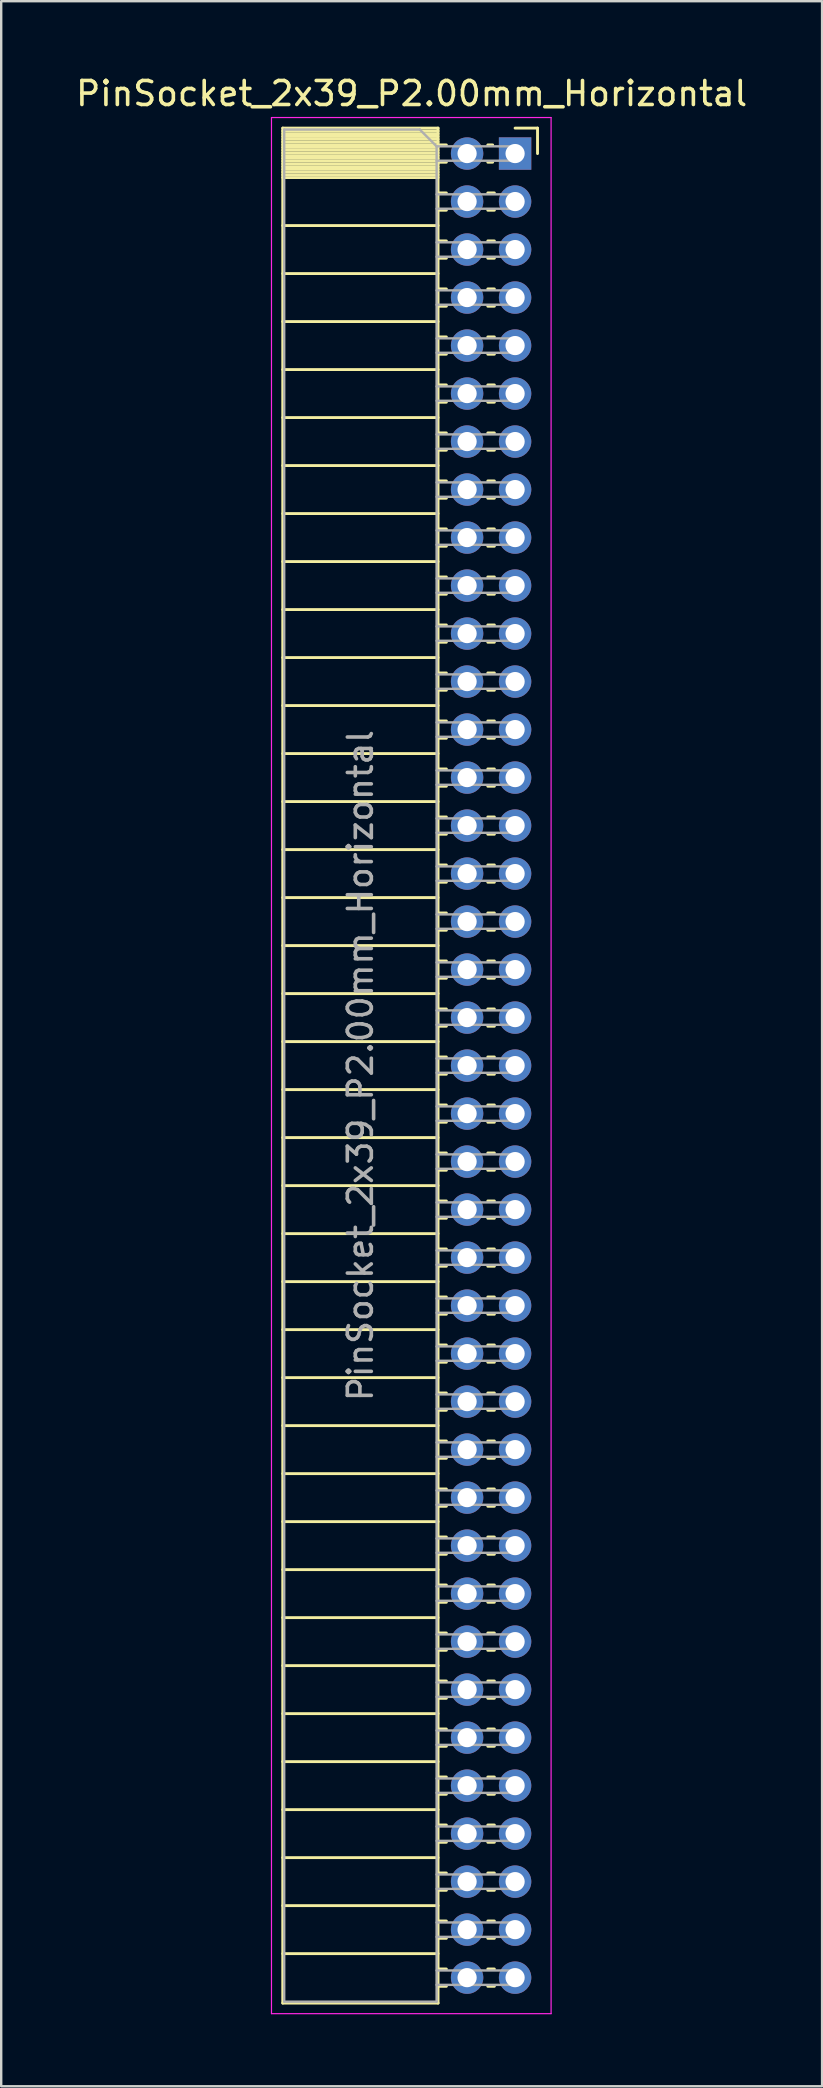
<source format=kicad_pcb>
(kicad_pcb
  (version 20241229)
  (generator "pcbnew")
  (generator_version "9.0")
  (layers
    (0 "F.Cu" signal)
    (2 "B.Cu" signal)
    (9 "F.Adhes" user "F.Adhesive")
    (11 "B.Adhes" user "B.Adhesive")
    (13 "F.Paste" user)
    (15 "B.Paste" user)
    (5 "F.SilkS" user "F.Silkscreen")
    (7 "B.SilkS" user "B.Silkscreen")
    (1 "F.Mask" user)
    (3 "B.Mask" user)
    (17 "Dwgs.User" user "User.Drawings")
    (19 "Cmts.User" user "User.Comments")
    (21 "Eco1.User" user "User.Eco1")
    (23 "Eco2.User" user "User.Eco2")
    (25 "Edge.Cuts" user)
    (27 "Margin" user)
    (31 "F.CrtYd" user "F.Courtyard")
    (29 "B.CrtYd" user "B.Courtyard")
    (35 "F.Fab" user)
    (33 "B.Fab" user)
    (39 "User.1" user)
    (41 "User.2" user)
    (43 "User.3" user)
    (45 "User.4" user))
  (footprint "PinSocket_2x39_P2.00mm_Horizontal"
    (layer "F.Cu")
    (at 18.411 3.348)
    (property "Reference" "PinSocket_2x39_P2.00mm_Horizontal" (at -4.31 -2.5 0) (layer "F.SilkS") (effects (font (size 1 1) (thickness 0.15))))
    (attr through_hole)
    (fp_line (start -9.68 -1.06) (end -9.68 77.06) (stroke (width 0.12) (type solid)) (layer "F.SilkS"))
    (fp_line (start -9.68 -1.06) (end -3.21 -1.06) (stroke (width 0.12) (type solid)) (layer "F.SilkS"))
    (fp_line (start -9.68 -0.94) (end -3.21 -0.94) (stroke (width 0.12) (type solid)) (layer "F.SilkS"))
    (fp_line (start -9.68 -0.826) (end -3.21 -0.826) (stroke (width 0.12) (type solid)) (layer "F.SilkS"))
    (fp_line (start -9.68 -0.712) (end -3.21 -0.712) (stroke (width 0.12) (type solid)) (layer "F.SilkS"))
    (fp_line (start -9.68 -0.598) (end -3.21 -0.598) (stroke (width 0.12) (type solid)) (layer "F.SilkS"))
    (fp_line (start -9.68 -0.484) (end -3.21 -0.484) (stroke (width 0.12) (type solid)) (layer "F.SilkS"))
    (fp_line (start -9.68 -0.369) (end -3.21 -0.369) (stroke (width 0.12) (type solid)) (layer "F.SilkS"))
    (fp_line (start -9.68 -0.255) (end -3.21 -0.255) (stroke (width 0.12) (type solid)) (layer "F.SilkS"))
    (fp_line (start -9.68 -0.141) (end -3.21 -0.141) (stroke (width 0.12) (type solid)) (layer "F.SilkS"))
    (fp_line (start -9.68 -0.027) (end -3.21 -0.027) (stroke (width 0.12) (type solid)) (layer "F.SilkS"))
    (fp_line (start -9.68 0.087) (end -3.21 0.087) (stroke (width 0.12) (type solid)) (layer "F.SilkS"))
    (fp_line (start -9.68 0.201) (end -3.21 0.201) (stroke (width 0.12) (type solid)) (layer "F.SilkS"))
    (fp_line (start -9.68 0.315) (end -3.21 0.315) (stroke (width 0.12) (type solid)) (layer "F.SilkS"))
    (fp_line (start -9.68 0.429) (end -3.21 0.429) (stroke (width 0.12) (type solid)) (layer "F.SilkS"))
    (fp_line (start -9.68 0.544) (end -3.21 0.544) (stroke (width 0.12) (type solid)) (layer "F.SilkS"))
    (fp_line (start -9.68 0.658) (end -3.21 0.658) (stroke (width 0.12) (type solid)) (layer "F.SilkS"))
    (fp_line (start -9.68 0.772) (end -3.21 0.772) (stroke (width 0.12) (type solid)) (layer "F.SilkS"))
    (fp_line (start -9.68 0.886) (end -3.21 0.886) (stroke (width 0.12) (type solid)) (layer "F.SilkS"))
    (fp_line (start -9.68 1) (end -3.21 1) (stroke (width 0.12) (type solid)) (layer "F.SilkS"))
    (fp_line (start -9.68 3) (end -3.21 3) (stroke (width 0.12) (type solid)) (layer "F.SilkS"))
    (fp_line (start -9.68 5) (end -3.21 5) (stroke (width 0.12) (type solid)) (layer "F.SilkS"))
    (fp_line (start -9.68 7) (end -3.21 7) (stroke (width 0.12) (type solid)) (layer "F.SilkS"))
    (fp_line (start -9.68 9) (end -3.21 9) (stroke (width 0.12) (type solid)) (layer "F.SilkS"))
    (fp_line (start -9.68 11) (end -3.21 11) (stroke (width 0.12) (type solid)) (layer "F.SilkS"))
    (fp_line (start -9.68 13) (end -3.21 13) (stroke (width 0.12) (type solid)) (layer "F.SilkS"))
    (fp_line (start -9.68 15) (end -3.21 15) (stroke (width 0.12) (type solid)) (layer "F.SilkS"))
    (fp_line (start -9.68 17) (end -3.21 17) (stroke (width 0.12) (type solid)) (layer "F.SilkS"))
    (fp_line (start -9.68 19) (end -3.21 19) (stroke (width 0.12) (type solid)) (layer "F.SilkS"))
    (fp_line (start -9.68 21) (end -3.21 21) (stroke (width 0.12) (type solid)) (layer "F.SilkS"))
    (fp_line (start -9.68 23) (end -3.21 23) (stroke (width 0.12) (type solid)) (layer "F.SilkS"))
    (fp_line (start -9.68 25) (end -3.21 25) (stroke (width 0.12) (type solid)) (layer "F.SilkS"))
    (fp_line (start -9.68 27) (end -3.21 27) (stroke (width 0.12) (type solid)) (layer "F.SilkS"))
    (fp_line (start -9.68 29) (end -3.21 29) (stroke (width 0.12) (type solid)) (layer "F.SilkS"))
    (fp_line (start -9.68 31) (end -3.21 31) (stroke (width 0.12) (type solid)) (layer "F.SilkS"))
    (fp_line (start -9.68 33) (end -3.21 33) (stroke (width 0.12) (type solid)) (layer "F.SilkS"))
    (fp_line (start -9.68 35) (end -3.21 35) (stroke (width 0.12) (type solid)) (layer "F.SilkS"))
    (fp_line (start -9.68 37) (end -3.21 37) (stroke (width 0.12) (type solid)) (layer "F.SilkS"))
    (fp_line (start -9.68 39) (end -3.21 39) (stroke (width 0.12) (type solid)) (layer "F.SilkS"))
    (fp_line (start -9.68 41) (end -3.21 41) (stroke (width 0.12) (type solid)) (layer "F.SilkS"))
    (fp_line (start -9.68 43) (end -3.21 43) (stroke (width 0.12) (type solid)) (layer "F.SilkS"))
    (fp_line (start -9.68 45) (end -3.21 45) (stroke (width 0.12) (type solid)) (layer "F.SilkS"))
    (fp_line (start -9.68 47) (end -3.21 47) (stroke (width 0.12) (type solid)) (layer "F.SilkS"))
    (fp_line (start -9.68 49) (end -3.21 49) (stroke (width 0.12) (type solid)) (layer "F.SilkS"))
    (fp_line (start -9.68 51) (end -3.21 51) (stroke (width 0.12) (type solid)) (layer "F.SilkS"))
    (fp_line (start -9.68 53) (end -3.21 53) (stroke (width 0.12) (type solid)) (layer "F.SilkS"))
    (fp_line (start -9.68 55) (end -3.21 55) (stroke (width 0.12) (type solid)) (layer "F.SilkS"))
    (fp_line (start -9.68 57) (end -3.21 57) (stroke (width 0.12) (type solid)) (layer "F.SilkS"))
    (fp_line (start -9.68 59) (end -3.21 59) (stroke (width 0.12) (type solid)) (layer "F.SilkS"))
    (fp_line (start -9.68 61) (end -3.21 61) (stroke (width 0.12) (type solid)) (layer "F.SilkS"))
    (fp_line (start -9.68 63) (end -3.21 63) (stroke (width 0.12) (type solid)) (layer "F.SilkS"))
    (fp_line (start -9.68 65) (end -3.21 65) (stroke (width 0.12) (type solid)) (layer "F.SilkS"))
    (fp_line (start -9.68 67) (end -3.21 67) (stroke (width 0.12) (type solid)) (layer "F.SilkS"))
    (fp_line (start -9.68 69) (end -3.21 69) (stroke (width 0.12) (type solid)) (layer "F.SilkS"))
    (fp_line (start -9.68 71) (end -3.21 71) (stroke (width 0.12) (type solid)) (layer "F.SilkS"))
    (fp_line (start -9.68 73) (end -3.21 73) (stroke (width 0.12) (type solid)) (layer "F.SilkS"))
    (fp_line (start -9.68 75) (end -3.21 75) (stroke (width 0.12) (type solid)) (layer "F.SilkS"))
    (fp_line (start -9.68 77.06) (end -3.21 77.06) (stroke (width 0.12) (type solid)) (layer "F.SilkS"))
    (fp_line (start -3.21 -1.06) (end -3.21 77.06) (stroke (width 0.12) (type solid)) (layer "F.SilkS"))
    (fp_line (start -3.21 -0.36) (end -2.863 -0.36) (stroke (width 0.12) (type solid)) (layer "F.SilkS"))
    (fp_line (start -3.21 0.36) (end -2.863 0.36) (stroke (width 0.12) (type solid)) (layer "F.SilkS"))
    (fp_line (start -3.21 1.64) (end -2.863 1.64) (stroke (width 0.12) (type solid)) (layer "F.SilkS"))
    (fp_line (start -3.21 2.36) (end -2.863 2.36) (stroke (width 0.12) (type solid)) (layer "F.SilkS"))
    (fp_line (start -3.21 3.64) (end -2.863 3.64) (stroke (width 0.12) (type solid)) (layer "F.SilkS"))
    (fp_line (start -3.21 4.36) (end -2.863 4.36) (stroke (width 0.12) (type solid)) (layer "F.SilkS"))
    (fp_line (start -3.21 5.64) (end -2.863 5.64) (stroke (width 0.12) (type solid)) (layer "F.SilkS"))
    (fp_line (start -3.21 6.36) (end -2.863 6.36) (stroke (width 0.12) (type solid)) (layer "F.SilkS"))
    (fp_line (start -3.21 7.64) (end -2.863 7.64) (stroke (width 0.12) (type solid)) (layer "F.SilkS"))
    (fp_line (start -3.21 8.36) (end -2.863 8.36) (stroke (width 0.12) (type solid)) (layer "F.SilkS"))
    (fp_line (start -3.21 9.64) (end -2.863 9.64) (stroke (width 0.12) (type solid)) (layer "F.SilkS"))
    (fp_line (start -3.21 10.36) (end -2.863 10.36) (stroke (width 0.12) (type solid)) (layer "F.SilkS"))
    (fp_line (start -3.21 11.64) (end -2.863 11.64) (stroke (width 0.12) (type solid)) (layer "F.SilkS"))
    (fp_line (start -3.21 12.36) (end -2.863 12.36) (stroke (width 0.12) (type solid)) (layer "F.SilkS"))
    (fp_line (start -3.21 13.64) (end -2.863 13.64) (stroke (width 0.12) (type solid)) (layer "F.SilkS"))
    (fp_line (start -3.21 14.36) (end -2.863 14.36) (stroke (width 0.12) (type solid)) (layer "F.SilkS"))
    (fp_line (start -3.21 15.64) (end -2.863 15.64) (stroke (width 0.12) (type solid)) (layer "F.SilkS"))
    (fp_line (start -3.21 16.36) (end -2.863 16.36) (stroke (width 0.12) (type solid)) (layer "F.SilkS"))
    (fp_line (start -3.21 17.64) (end -2.863 17.64) (stroke (width 0.12) (type solid)) (layer "F.SilkS"))
    (fp_line (start -3.21 18.36) (end -2.863 18.36) (stroke (width 0.12) (type solid)) (layer "F.SilkS"))
    (fp_line (start -3.21 19.64) (end -2.863 19.64) (stroke (width 0.12) (type solid)) (layer "F.SilkS"))
    (fp_line (start -3.21 20.36) (end -2.863 20.36) (stroke (width 0.12) (type solid)) (layer "F.SilkS"))
    (fp_line (start -3.21 21.64) (end -2.863 21.64) (stroke (width 0.12) (type solid)) (layer "F.SilkS"))
    (fp_line (start -3.21 22.36) (end -2.863 22.36) (stroke (width 0.12) (type solid)) (layer "F.SilkS"))
    (fp_line (start -3.21 23.64) (end -2.863 23.64) (stroke (width 0.12) (type solid)) (layer "F.SilkS"))
    (fp_line (start -3.21 24.36) (end -2.863 24.36) (stroke (width 0.12) (type solid)) (layer "F.SilkS"))
    (fp_line (start -3.21 25.64) (end -2.863 25.64) (stroke (width 0.12) (type solid)) (layer "F.SilkS"))
    (fp_line (start -3.21 26.36) (end -2.863 26.36) (stroke (width 0.12) (type solid)) (layer "F.SilkS"))
    (fp_line (start -3.21 27.64) (end -2.863 27.64) (stroke (width 0.12) (type solid)) (layer "F.SilkS"))
    (fp_line (start -3.21 28.36) (end -2.863 28.36) (stroke (width 0.12) (type solid)) (layer "F.SilkS"))
    (fp_line (start -3.21 29.64) (end -2.863 29.64) (stroke (width 0.12) (type solid)) (layer "F.SilkS"))
    (fp_line (start -3.21 30.36) (end -2.863 30.36) (stroke (width 0.12) (type solid)) (layer "F.SilkS"))
    (fp_line (start -3.21 31.64) (end -2.863 31.64) (stroke (width 0.12) (type solid)) (layer "F.SilkS"))
    (fp_line (start -3.21 32.36) (end -2.863 32.36) (stroke (width 0.12) (type solid)) (layer "F.SilkS"))
    (fp_line (start -3.21 33.64) (end -2.863 33.64) (stroke (width 0.12) (type solid)) (layer "F.SilkS"))
    (fp_line (start -3.21 34.36) (end -2.863 34.36) (stroke (width 0.12) (type solid)) (layer "F.SilkS"))
    (fp_line (start -3.21 35.64) (end -2.863 35.64) (stroke (width 0.12) (type solid)) (layer "F.SilkS"))
    (fp_line (start -3.21 36.36) (end -2.863 36.36) (stroke (width 0.12) (type solid)) (layer "F.SilkS"))
    (fp_line (start -3.21 37.64) (end -2.863 37.64) (stroke (width 0.12) (type solid)) (layer "F.SilkS"))
    (fp_line (start -3.21 38.36) (end -2.863 38.36) (stroke (width 0.12) (type solid)) (layer "F.SilkS"))
    (fp_line (start -3.21 39.64) (end -2.863 39.64) (stroke (width 0.12) (type solid)) (layer "F.SilkS"))
    (fp_line (start -3.21 40.36) (end -2.863 40.36) (stroke (width 0.12) (type solid)) (layer "F.SilkS"))
    (fp_line (start -3.21 41.64) (end -2.863 41.64) (stroke (width 0.12) (type solid)) (layer "F.SilkS"))
    (fp_line (start -3.21 42.36) (end -2.863 42.36) (stroke (width 0.12) (type solid)) (layer "F.SilkS"))
    (fp_line (start -3.21 43.64) (end -2.863 43.64) (stroke (width 0.12) (type solid)) (layer "F.SilkS"))
    (fp_line (start -3.21 44.36) (end -2.863 44.36) (stroke (width 0.12) (type solid)) (layer "F.SilkS"))
    (fp_line (start -3.21 45.64) (end -2.863 45.64) (stroke (width 0.12) (type solid)) (layer "F.SilkS"))
    (fp_line (start -3.21 46.36) (end -2.863 46.36) (stroke (width 0.12) (type solid)) (layer "F.SilkS"))
    (fp_line (start -3.21 47.64) (end -2.863 47.64) (stroke (width 0.12) (type solid)) (layer "F.SilkS"))
    (fp_line (start -3.21 48.36) (end -2.863 48.36) (stroke (width 0.12) (type solid)) (layer "F.SilkS"))
    (fp_line (start -3.21 49.64) (end -2.863 49.64) (stroke (width 0.12) (type solid)) (layer "F.SilkS"))
    (fp_line (start -3.21 50.36) (end -2.863 50.36) (stroke (width 0.12) (type solid)) (layer "F.SilkS"))
    (fp_line (start -3.21 51.64) (end -2.863 51.64) (stroke (width 0.12) (type solid)) (layer "F.SilkS"))
    (fp_line (start -3.21 52.36) (end -2.863 52.36) (stroke (width 0.12) (type solid)) (layer "F.SilkS"))
    (fp_line (start -3.21 53.64) (end -2.863 53.64) (stroke (width 0.12) (type solid)) (layer "F.SilkS"))
    (fp_line (start -3.21 54.36) (end -2.863 54.36) (stroke (width 0.12) (type solid)) (layer "F.SilkS"))
    (fp_line (start -3.21 55.64) (end -2.863 55.64) (stroke (width 0.12) (type solid)) (layer "F.SilkS"))
    (fp_line (start -3.21 56.36) (end -2.863 56.36) (stroke (width 0.12) (type solid)) (layer "F.SilkS"))
    (fp_line (start -3.21 57.64) (end -2.863 57.64) (stroke (width 0.12) (type solid)) (layer "F.SilkS"))
    (fp_line (start -3.21 58.36) (end -2.863 58.36) (stroke (width 0.12) (type solid)) (layer "F.SilkS"))
    (fp_line (start -3.21 59.64) (end -2.863 59.64) (stroke (width 0.12) (type solid)) (layer "F.SilkS"))
    (fp_line (start -3.21 60.36) (end -2.863 60.36) (stroke (width 0.12) (type solid)) (layer "F.SilkS"))
    (fp_line (start -3.21 61.64) (end -2.863 61.64) (stroke (width 0.12) (type solid)) (layer "F.SilkS"))
    (fp_line (start -3.21 62.36) (end -2.863 62.36) (stroke (width 0.12) (type solid)) (layer "F.SilkS"))
    (fp_line (start -3.21 63.64) (end -2.863 63.64) (stroke (width 0.12) (type solid)) (layer "F.SilkS"))
    (fp_line (start -3.21 64.36) (end -2.863 64.36) (stroke (width 0.12) (type solid)) (layer "F.SilkS"))
    (fp_line (start -3.21 65.64) (end -2.863 65.64) (stroke (width 0.12) (type solid)) (layer "F.SilkS"))
    (fp_line (start -3.21 66.36) (end -2.863 66.36) (stroke (width 0.12) (type solid)) (layer "F.SilkS"))
    (fp_line (start -3.21 67.64) (end -2.863 67.64) (stroke (width 0.12) (type solid)) (layer "F.SilkS"))
    (fp_line (start -3.21 68.36) (end -2.863 68.36) (stroke (width 0.12) (type solid)) (layer "F.SilkS"))
    (fp_line (start -3.21 69.64) (end -2.863 69.64) (stroke (width 0.12) (type solid)) (layer "F.SilkS"))
    (fp_line (start -3.21 70.36) (end -2.863 70.36) (stroke (width 0.12) (type solid)) (layer "F.SilkS"))
    (fp_line (start -3.21 71.64) (end -2.863 71.64) (stroke (width 0.12) (type solid)) (layer "F.SilkS"))
    (fp_line (start -3.21 72.36) (end -2.863 72.36) (stroke (width 0.12) (type solid)) (layer "F.SilkS"))
    (fp_line (start -3.21 73.64) (end -2.863 73.64) (stroke (width 0.12) (type solid)) (layer "F.SilkS"))
    (fp_line (start -3.21 74.36) (end -2.863 74.36) (stroke (width 0.12) (type solid)) (layer "F.SilkS"))
    (fp_line (start -3.21 75.64) (end -2.863 75.64) (stroke (width 0.12) (type solid)) (layer "F.SilkS"))
    (fp_line (start -3.21 76.36) (end -2.863 76.36) (stroke (width 0.12) (type solid)) (layer "F.SilkS"))
    (fp_line (start -1.137 -0.36) (end -0.935 -0.36) (stroke (width 0.12) (type solid)) (layer "F.SilkS"))
    (fp_line (start -1.137 0.36) (end -0.935 0.36) (stroke (width 0.12) (type solid)) (layer "F.SilkS"))
    (fp_line (start -1.137 1.64) (end -0.863 1.64) (stroke (width 0.12) (type solid)) (layer "F.SilkS"))
    (fp_line (start -1.137 2.36) (end -0.863 2.36) (stroke (width 0.12) (type solid)) (layer "F.SilkS"))
    (fp_line (start -1.137 3.64) (end -0.863 3.64) (stroke (width 0.12) (type solid)) (layer "F.SilkS"))
    (fp_line (start -1.137 4.36) (end -0.863 4.36) (stroke (width 0.12) (type solid)) (layer "F.SilkS"))
    (fp_line (start -1.137 5.64) (end -0.863 5.64) (stroke (width 0.12) (type solid)) (layer "F.SilkS"))
    (fp_line (start -1.137 6.36) (end -0.863 6.36) (stroke (width 0.12) (type solid)) (layer "F.SilkS"))
    (fp_line (start -1.137 7.64) (end -0.863 7.64) (stroke (width 0.12) (type solid)) (layer "F.SilkS"))
    (fp_line (start -1.137 8.36) (end -0.863 8.36) (stroke (width 0.12) (type solid)) (layer "F.SilkS"))
    (fp_line (start -1.137 9.64) (end -0.863 9.64) (stroke (width 0.12) (type solid)) (layer "F.SilkS"))
    (fp_line (start -1.137 10.36) (end -0.863 10.36) (stroke (width 0.12) (type solid)) (layer "F.SilkS"))
    (fp_line (start -1.137 11.64) (end -0.863 11.64) (stroke (width 0.12) (type solid)) (layer "F.SilkS"))
    (fp_line (start -1.137 12.36) (end -0.863 12.36) (stroke (width 0.12) (type solid)) (layer "F.SilkS"))
    (fp_line (start -1.137 13.64) (end -0.863 13.64) (stroke (width 0.12) (type solid)) (layer "F.SilkS"))
    (fp_line (start -1.137 14.36) (end -0.863 14.36) (stroke (width 0.12) (type solid)) (layer "F.SilkS"))
    (fp_line (start -1.137 15.64) (end -0.863 15.64) (stroke (width 0.12) (type solid)) (layer "F.SilkS"))
    (fp_line (start -1.137 16.36) (end -0.863 16.36) (stroke (width 0.12) (type solid)) (layer "F.SilkS"))
    (fp_line (start -1.137 17.64) (end -0.863 17.64) (stroke (width 0.12) (type solid)) (layer "F.SilkS"))
    (fp_line (start -1.137 18.36) (end -0.863 18.36) (stroke (width 0.12) (type solid)) (layer "F.SilkS"))
    (fp_line (start -1.137 19.64) (end -0.863 19.64) (stroke (width 0.12) (type solid)) (layer "F.SilkS"))
    (fp_line (start -1.137 20.36) (end -0.863 20.36) (stroke (width 0.12) (type solid)) (layer "F.SilkS"))
    (fp_line (start -1.137 21.64) (end -0.863 21.64) (stroke (width 0.12) (type solid)) (layer "F.SilkS"))
    (fp_line (start -1.137 22.36) (end -0.863 22.36) (stroke (width 0.12) (type solid)) (layer "F.SilkS"))
    (fp_line (start -1.137 23.64) (end -0.863 23.64) (stroke (width 0.12) (type solid)) (layer "F.SilkS"))
    (fp_line (start -1.137 24.36) (end -0.863 24.36) (stroke (width 0.12) (type solid)) (layer "F.SilkS"))
    (fp_line (start -1.137 25.64) (end -0.863 25.64) (stroke (width 0.12) (type solid)) (layer "F.SilkS"))
    (fp_line (start -1.137 26.36) (end -0.863 26.36) (stroke (width 0.12) (type solid)) (layer "F.SilkS"))
    (fp_line (start -1.137 27.64) (end -0.863 27.64) (stroke (width 0.12) (type solid)) (layer "F.SilkS"))
    (fp_line (start -1.137 28.36) (end -0.863 28.36) (stroke (width 0.12) (type solid)) (layer "F.SilkS"))
    (fp_line (start -1.137 29.64) (end -0.863 29.64) (stroke (width 0.12) (type solid)) (layer "F.SilkS"))
    (fp_line (start -1.137 30.36) (end -0.863 30.36) (stroke (width 0.12) (type solid)) (layer "F.SilkS"))
    (fp_line (start -1.137 31.64) (end -0.863 31.64) (stroke (width 0.12) (type solid)) (layer "F.SilkS"))
    (fp_line (start -1.137 32.36) (end -0.863 32.36) (stroke (width 0.12) (type solid)) (layer "F.SilkS"))
    (fp_line (start -1.137 33.64) (end -0.863 33.64) (stroke (width 0.12) (type solid)) (layer "F.SilkS"))
    (fp_line (start -1.137 34.36) (end -0.863 34.36) (stroke (width 0.12) (type solid)) (layer "F.SilkS"))
    (fp_line (start -1.137 35.64) (end -0.863 35.64) (stroke (width 0.12) (type solid)) (layer "F.SilkS"))
    (fp_line (start -1.137 36.36) (end -0.863 36.36) (stroke (width 0.12) (type solid)) (layer "F.SilkS"))
    (fp_line (start -1.137 37.64) (end -0.863 37.64) (stroke (width 0.12) (type solid)) (layer "F.SilkS"))
    (fp_line (start -1.137 38.36) (end -0.863 38.36) (stroke (width 0.12) (type solid)) (layer "F.SilkS"))
    (fp_line (start -1.137 39.64) (end -0.863 39.64) (stroke (width 0.12) (type solid)) (layer "F.SilkS"))
    (fp_line (start -1.137 40.36) (end -0.863 40.36) (stroke (width 0.12) (type solid)) (layer "F.SilkS"))
    (fp_line (start -1.137 41.64) (end -0.863 41.64) (stroke (width 0.12) (type solid)) (layer "F.SilkS"))
    (fp_line (start -1.137 42.36) (end -0.863 42.36) (stroke (width 0.12) (type solid)) (layer "F.SilkS"))
    (fp_line (start -1.137 43.64) (end -0.863 43.64) (stroke (width 0.12) (type solid)) (layer "F.SilkS"))
    (fp_line (start -1.137 44.36) (end -0.863 44.36) (stroke (width 0.12) (type solid)) (layer "F.SilkS"))
    (fp_line (start -1.137 45.64) (end -0.863 45.64) (stroke (width 0.12) (type solid)) (layer "F.SilkS"))
    (fp_line (start -1.137 46.36) (end -0.863 46.36) (stroke (width 0.12) (type solid)) (layer "F.SilkS"))
    (fp_line (start -1.137 47.64) (end -0.863 47.64) (stroke (width 0.12) (type solid)) (layer "F.SilkS"))
    (fp_line (start -1.137 48.36) (end -0.863 48.36) (stroke (width 0.12) (type solid)) (layer "F.SilkS"))
    (fp_line (start -1.137 49.64) (end -0.863 49.64) (stroke (width 0.12) (type solid)) (layer "F.SilkS"))
    (fp_line (start -1.137 50.36) (end -0.863 50.36) (stroke (width 0.12) (type solid)) (layer "F.SilkS"))
    (fp_line (start -1.137 51.64) (end -0.863 51.64) (stroke (width 0.12) (type solid)) (layer "F.SilkS"))
    (fp_line (start -1.137 52.36) (end -0.863 52.36) (stroke (width 0.12) (type solid)) (layer "F.SilkS"))
    (fp_line (start -1.137 53.64) (end -0.863 53.64) (stroke (width 0.12) (type solid)) (layer "F.SilkS"))
    (fp_line (start -1.137 54.36) (end -0.863 54.36) (stroke (width 0.12) (type solid)) (layer "F.SilkS"))
    (fp_line (start -1.137 55.64) (end -0.863 55.64) (stroke (width 0.12) (type solid)) (layer "F.SilkS"))
    (fp_line (start -1.137 56.36) (end -0.863 56.36) (stroke (width 0.12) (type solid)) (layer "F.SilkS"))
    (fp_line (start -1.137 57.64) (end -0.863 57.64) (stroke (width 0.12) (type solid)) (layer "F.SilkS"))
    (fp_line (start -1.137 58.36) (end -0.863 58.36) (stroke (width 0.12) (type solid)) (layer "F.SilkS"))
    (fp_line (start -1.137 59.64) (end -0.863 59.64) (stroke (width 0.12) (type solid)) (layer "F.SilkS"))
    (fp_line (start -1.137 60.36) (end -0.863 60.36) (stroke (width 0.12) (type solid)) (layer "F.SilkS"))
    (fp_line (start -1.137 61.64) (end -0.863 61.64) (stroke (width 0.12) (type solid)) (layer "F.SilkS"))
    (fp_line (start -1.137 62.36) (end -0.863 62.36) (stroke (width 0.12) (type solid)) (layer "F.SilkS"))
    (fp_line (start -1.137 63.64) (end -0.863 63.64) (stroke (width 0.12) (type solid)) (layer "F.SilkS"))
    (fp_line (start -1.137 64.36) (end -0.863 64.36) (stroke (width 0.12) (type solid)) (layer "F.SilkS"))
    (fp_line (start -1.137 65.64) (end -0.863 65.64) (stroke (width 0.12) (type solid)) (layer "F.SilkS"))
    (fp_line (start -1.137 66.36) (end -0.863 66.36) (stroke (width 0.12) (type solid)) (layer "F.SilkS"))
    (fp_line (start -1.137 67.64) (end -0.863 67.64) (stroke (width 0.12) (type solid)) (layer "F.SilkS"))
    (fp_line (start -1.137 68.36) (end -0.863 68.36) (stroke (width 0.12) (type solid)) (layer "F.SilkS"))
    (fp_line (start -1.137 69.64) (end -0.863 69.64) (stroke (width 0.12) (type solid)) (layer "F.SilkS"))
    (fp_line (start -1.137 70.36) (end -0.863 70.36) (stroke (width 0.12) (type solid)) (layer "F.SilkS"))
    (fp_line (start -1.137 71.64) (end -0.863 71.64) (stroke (width 0.12) (type solid)) (layer "F.SilkS"))
    (fp_line (start -1.137 72.36) (end -0.863 72.36) (stroke (width 0.12) (type solid)) (layer "F.SilkS"))
    (fp_line (start -1.137 73.64) (end -0.863 73.64) (stroke (width 0.12) (type solid)) (layer "F.SilkS"))
    (fp_line (start -1.137 74.36) (end -0.863 74.36) (stroke (width 0.12) (type solid)) (layer "F.SilkS"))
    (fp_line (start -1.137 75.64) (end -0.863 75.64) (stroke (width 0.12) (type solid)) (layer "F.SilkS"))
    (fp_line (start -1.137 76.36) (end -0.863 76.36) (stroke (width 0.12) (type solid)) (layer "F.SilkS"))
    (fp_line (start 0 -1.06) (end 0.935 -1.06) (stroke (width 0.12) (type solid)) (layer "F.SilkS"))
    (fp_line (start 0.935 -1.06) (end 0.935 0) (stroke (width 0.12) (type solid)) (layer "F.SilkS"))
    (fp_line (start -10.15 -1.5) (end -10.15 77.5) (stroke (width 0.05) (type solid)) (layer "F.CrtYd"))
    (fp_line (start -10.15 77.5) (end 1.5 77.5) (stroke (width 0.05) (type solid)) (layer "F.CrtYd"))
    (fp_line (start 1.5 -1.5) (end -10.15 -1.5) (stroke (width 0.05) (type solid)) (layer "F.CrtYd"))
    (fp_line (start 1.5 77.5) (end 1.5 -1.5) (stroke (width 0.05) (type solid)) (layer "F.CrtYd"))
    (fp_line (start -9.62 -1) (end -3.97 -1) (stroke (width 0.1) (type solid)) (layer "F.Fab"))
    (fp_line (start -9.62 77) (end -9.62 -1) (stroke (width 0.1) (type solid)) (layer "F.Fab"))
    (fp_line (start -3.97 -1) (end -3.27 -0.3) (stroke (width 0.1) (type solid)) (layer "F.Fab"))
    (fp_line (start -3.27 -0.3) (end -3.27 77) (stroke (width 0.1) (type solid)) (layer "F.Fab"))
    (fp_line (start -3.27 0.3) (end 0 0.3) (stroke (width 0.1) (type solid)) (layer "F.Fab"))
    (fp_line (start -3.27 2.3) (end 0 2.3) (stroke (width 0.1) (type solid)) (layer "F.Fab"))
    (fp_line (start -3.27 4.3) (end 0 4.3) (stroke (width 0.1) (type solid)) (layer "F.Fab"))
    (fp_line (start -3.27 6.3) (end 0 6.3) (stroke (width 0.1) (type solid)) (layer "F.Fab"))
    (fp_line (start -3.27 8.3) (end 0 8.3) (stroke (width 0.1) (type solid)) (layer "F.Fab"))
    (fp_line (start -3.27 10.3) (end 0 10.3) (stroke (width 0.1) (type solid)) (layer "F.Fab"))
    (fp_line (start -3.27 12.3) (end 0 12.3) (stroke (width 0.1) (type solid)) (layer "F.Fab"))
    (fp_line (start -3.27 14.3) (end 0 14.3) (stroke (width 0.1) (type solid)) (layer "F.Fab"))
    (fp_line (start -3.27 16.3) (end 0 16.3) (stroke (width 0.1) (type solid)) (layer "F.Fab"))
    (fp_line (start -3.27 18.3) (end 0 18.3) (stroke (width 0.1) (type solid)) (layer "F.Fab"))
    (fp_line (start -3.27 20.3) (end 0 20.3) (stroke (width 0.1) (type solid)) (layer "F.Fab"))
    (fp_line (start -3.27 22.3) (end 0 22.3) (stroke (width 0.1) (type solid)) (layer "F.Fab"))
    (fp_line (start -3.27 24.3) (end 0 24.3) (stroke (width 0.1) (type solid)) (layer "F.Fab"))
    (fp_line (start -3.27 26.3) (end 0 26.3) (stroke (width 0.1) (type solid)) (layer "F.Fab"))
    (fp_line (start -3.27 28.3) (end 0 28.3) (stroke (width 0.1) (type solid)) (layer "F.Fab"))
    (fp_line (start -3.27 30.3) (end 0 30.3) (stroke (width 0.1) (type solid)) (layer "F.Fab"))
    (fp_line (start -3.27 32.3) (end 0 32.3) (stroke (width 0.1) (type solid)) (layer "F.Fab"))
    (fp_line (start -3.27 34.3) (end 0 34.3) (stroke (width 0.1) (type solid)) (layer "F.Fab"))
    (fp_line (start -3.27 36.3) (end 0 36.3) (stroke (width 0.1) (type solid)) (layer "F.Fab"))
    (fp_line (start -3.27 38.3) (end 0 38.3) (stroke (width 0.1) (type solid)) (layer "F.Fab"))
    (fp_line (start -3.27 40.3) (end 0 40.3) (stroke (width 0.1) (type solid)) (layer "F.Fab"))
    (fp_line (start -3.27 42.3) (end 0 42.3) (stroke (width 0.1) (type solid)) (layer "F.Fab"))
    (fp_line (start -3.27 44.3) (end 0 44.3) (stroke (width 0.1) (type solid)) (layer "F.Fab"))
    (fp_line (start -3.27 46.3) (end 0 46.3) (stroke (width 0.1) (type solid)) (layer "F.Fab"))
    (fp_line (start -3.27 48.3) (end 0 48.3) (stroke (width 0.1) (type solid)) (layer "F.Fab"))
    (fp_line (start -3.27 50.3) (end 0 50.3) (stroke (width 0.1) (type solid)) (layer "F.Fab"))
    (fp_line (start -3.27 52.3) (end 0 52.3) (stroke (width 0.1) (type solid)) (layer "F.Fab"))
    (fp_line (start -3.27 54.3) (end 0 54.3) (stroke (width 0.1) (type solid)) (layer "F.Fab"))
    (fp_line (start -3.27 56.3) (end 0 56.3) (stroke (width 0.1) (type solid)) (layer "F.Fab"))
    (fp_line (start -3.27 58.3) (end 0 58.3) (stroke (width 0.1) (type solid)) (layer "F.Fab"))
    (fp_line (start -3.27 60.3) (end 0 60.3) (stroke (width 0.1) (type solid)) (layer "F.Fab"))
    (fp_line (start -3.27 62.3) (end 0 62.3) (stroke (width 0.1) (type solid)) (layer "F.Fab"))
    (fp_line (start -3.27 64.3) (end 0 64.3) (stroke (width 0.1) (type solid)) (layer "F.Fab"))
    (fp_line (start -3.27 66.3) (end 0 66.3) (stroke (width 0.1) (type solid)) (layer "F.Fab"))
    (fp_line (start -3.27 68.3) (end 0 68.3) (stroke (width 0.1) (type solid)) (layer "F.Fab"))
    (fp_line (start -3.27 70.3) (end 0 70.3) (stroke (width 0.1) (type solid)) (layer "F.Fab"))
    (fp_line (start -3.27 72.3) (end 0 72.3) (stroke (width 0.1) (type solid)) (layer "F.Fab"))
    (fp_line (start -3.27 74.3) (end 0 74.3) (stroke (width 0.1) (type solid)) (layer "F.Fab"))
    (fp_line (start -3.27 76.3) (end 0 76.3) (stroke (width 0.1) (type solid)) (layer "F.Fab"))
    (fp_line (start -3.27 77) (end -9.62 77) (stroke (width 0.1) (type solid)) (layer "F.Fab"))
    (fp_line (start 0 -0.3) (end -3.27 -0.3) (stroke (width 0.1) (type solid)) (layer "F.Fab"))
    (fp_line (start 0 0.3) (end 0 -0.3) (stroke (width 0.1) (type solid)) (layer "F.Fab"))
    (fp_line (start 0 1.7) (end -3.27 1.7) (stroke (width 0.1) (type solid)) (layer "F.Fab"))
    (fp_line (start 0 2.3) (end 0 1.7) (stroke (width 0.1) (type solid)) (layer "F.Fab"))
    (fp_line (start 0 3.7) (end -3.27 3.7) (stroke (width 0.1) (type solid)) (layer "F.Fab"))
    (fp_line (start 0 4.3) (end 0 3.7) (stroke (width 0.1) (type solid)) (layer "F.Fab"))
    (fp_line (start 0 5.7) (end -3.27 5.7) (stroke (width 0.1) (type solid)) (layer "F.Fab"))
    (fp_line (start 0 6.3) (end 0 5.7) (stroke (width 0.1) (type solid)) (layer "F.Fab"))
    (fp_line (start 0 7.7) (end -3.27 7.7) (stroke (width 0.1) (type solid)) (layer "F.Fab"))
    (fp_line (start 0 8.3) (end 0 7.7) (stroke (width 0.1) (type solid)) (layer "F.Fab"))
    (fp_line (start 0 9.7) (end -3.27 9.7) (stroke (width 0.1) (type solid)) (layer "F.Fab"))
    (fp_line (start 0 10.3) (end 0 9.7) (stroke (width 0.1) (type solid)) (layer "F.Fab"))
    (fp_line (start 0 11.7) (end -3.27 11.7) (stroke (width 0.1) (type solid)) (layer "F.Fab"))
    (fp_line (start 0 12.3) (end 0 11.7) (stroke (width 0.1) (type solid)) (layer "F.Fab"))
    (fp_line (start 0 13.7) (end -3.27 13.7) (stroke (width 0.1) (type solid)) (layer "F.Fab"))
    (fp_line (start 0 14.3) (end 0 13.7) (stroke (width 0.1) (type solid)) (layer "F.Fab"))
    (fp_line (start 0 15.7) (end -3.27 15.7) (stroke (width 0.1) (type solid)) (layer "F.Fab"))
    (fp_line (start 0 16.3) (end 0 15.7) (stroke (width 0.1) (type solid)) (layer "F.Fab"))
    (fp_line (start 0 17.7) (end -3.27 17.7) (stroke (width 0.1) (type solid)) (layer "F.Fab"))
    (fp_line (start 0 18.3) (end 0 17.7) (stroke (width 0.1) (type solid)) (layer "F.Fab"))
    (fp_line (start 0 19.7) (end -3.27 19.7) (stroke (width 0.1) (type solid)) (layer "F.Fab"))
    (fp_line (start 0 20.3) (end 0 19.7) (stroke (width 0.1) (type solid)) (layer "F.Fab"))
    (fp_line (start 0 21.7) (end -3.27 21.7) (stroke (width 0.1) (type solid)) (layer "F.Fab"))
    (fp_line (start 0 22.3) (end 0 21.7) (stroke (width 0.1) (type solid)) (layer "F.Fab"))
    (fp_line (start 0 23.7) (end -3.27 23.7) (stroke (width 0.1) (type solid)) (layer "F.Fab"))
    (fp_line (start 0 24.3) (end 0 23.7) (stroke (width 0.1) (type solid)) (layer "F.Fab"))
    (fp_line (start 0 25.7) (end -3.27 25.7) (stroke (width 0.1) (type solid)) (layer "F.Fab"))
    (fp_line (start 0 26.3) (end 0 25.7) (stroke (width 0.1) (type solid)) (layer "F.Fab"))
    (fp_line (start 0 27.7) (end -3.27 27.7) (stroke (width 0.1) (type solid)) (layer "F.Fab"))
    (fp_line (start 0 28.3) (end 0 27.7) (stroke (width 0.1) (type solid)) (layer "F.Fab"))
    (fp_line (start 0 29.7) (end -3.27 29.7) (stroke (width 0.1) (type solid)) (layer "F.Fab"))
    (fp_line (start 0 30.3) (end 0 29.7) (stroke (width 0.1) (type solid)) (layer "F.Fab"))
    (fp_line (start 0 31.7) (end -3.27 31.7) (stroke (width 0.1) (type solid)) (layer "F.Fab"))
    (fp_line (start 0 32.3) (end 0 31.7) (stroke (width 0.1) (type solid)) (layer "F.Fab"))
    (fp_line (start 0 33.7) (end -3.27 33.7) (stroke (width 0.1) (type solid)) (layer "F.Fab"))
    (fp_line (start 0 34.3) (end 0 33.7) (stroke (width 0.1) (type solid)) (layer "F.Fab"))
    (fp_line (start 0 35.7) (end -3.27 35.7) (stroke (width 0.1) (type solid)) (layer "F.Fab"))
    (fp_line (start 0 36.3) (end 0 35.7) (stroke (width 0.1) (type solid)) (layer "F.Fab"))
    (fp_line (start 0 37.7) (end -3.27 37.7) (stroke (width 0.1) (type solid)) (layer "F.Fab"))
    (fp_line (start 0 38.3) (end 0 37.7) (stroke (width 0.1) (type solid)) (layer "F.Fab"))
    (fp_line (start 0 39.7) (end -3.27 39.7) (stroke (width 0.1) (type solid)) (layer "F.Fab"))
    (fp_line (start 0 40.3) (end 0 39.7) (stroke (width 0.1) (type solid)) (layer "F.Fab"))
    (fp_line (start 0 41.7) (end -3.27 41.7) (stroke (width 0.1) (type solid)) (layer "F.Fab"))
    (fp_line (start 0 42.3) (end 0 41.7) (stroke (width 0.1) (type solid)) (layer "F.Fab"))
    (fp_line (start 0 43.7) (end -3.27 43.7) (stroke (width 0.1) (type solid)) (layer "F.Fab"))
    (fp_line (start 0 44.3) (end 0 43.7) (stroke (width 0.1) (type solid)) (layer "F.Fab"))
    (fp_line (start 0 45.7) (end -3.27 45.7) (stroke (width 0.1) (type solid)) (layer "F.Fab"))
    (fp_line (start 0 46.3) (end 0 45.7) (stroke (width 0.1) (type solid)) (layer "F.Fab"))
    (fp_line (start 0 47.7) (end -3.27 47.7) (stroke (width 0.1) (type solid)) (layer "F.Fab"))
    (fp_line (start 0 48.3) (end 0 47.7) (stroke (width 0.1) (type solid)) (layer "F.Fab"))
    (fp_line (start 0 49.7) (end -3.27 49.7) (stroke (width 0.1) (type solid)) (layer "F.Fab"))
    (fp_line (start 0 50.3) (end 0 49.7) (stroke (width 0.1) (type solid)) (layer "F.Fab"))
    (fp_line (start 0 51.7) (end -3.27 51.7) (stroke (width 0.1) (type solid)) (layer "F.Fab"))
    (fp_line (start 0 52.3) (end 0 51.7) (stroke (width 0.1) (type solid)) (layer "F.Fab"))
    (fp_line (start 0 53.7) (end -3.27 53.7) (stroke (width 0.1) (type solid)) (layer "F.Fab"))
    (fp_line (start 0 54.3) (end 0 53.7) (stroke (width 0.1) (type solid)) (layer "F.Fab"))
    (fp_line (start 0 55.7) (end -3.27 55.7) (stroke (width 0.1) (type solid)) (layer "F.Fab"))
    (fp_line (start 0 56.3) (end 0 55.7) (stroke (width 0.1) (type solid)) (layer "F.Fab"))
    (fp_line (start 0 57.7) (end -3.27 57.7) (stroke (width 0.1) (type solid)) (layer "F.Fab"))
    (fp_line (start 0 58.3) (end 0 57.7) (stroke (width 0.1) (type solid)) (layer "F.Fab"))
    (fp_line (start 0 59.7) (end -3.27 59.7) (stroke (width 0.1) (type solid)) (layer "F.Fab"))
    (fp_line (start 0 60.3) (end 0 59.7) (stroke (width 0.1) (type solid)) (layer "F.Fab"))
    (fp_line (start 0 61.7) (end -3.27 61.7) (stroke (width 0.1) (type solid)) (layer "F.Fab"))
    (fp_line (start 0 62.3) (end 0 61.7) (stroke (width 0.1) (type solid)) (layer "F.Fab"))
    (fp_line (start 0 63.7) (end -3.27 63.7) (stroke (width 0.1) (type solid)) (layer "F.Fab"))
    (fp_line (start 0 64.3) (end 0 63.7) (stroke (width 0.1) (type solid)) (layer "F.Fab"))
    (fp_line (start 0 65.7) (end -3.27 65.7) (stroke (width 0.1) (type solid)) (layer "F.Fab"))
    (fp_line (start 0 66.3) (end 0 65.7) (stroke (width 0.1) (type solid)) (layer "F.Fab"))
    (fp_line (start 0 67.7) (end -3.27 67.7) (stroke (width 0.1) (type solid)) (layer "F.Fab"))
    (fp_line (start 0 68.3) (end 0 67.7) (stroke (width 0.1) (type solid)) (layer "F.Fab"))
    (fp_line (start 0 69.7) (end -3.27 69.7) (stroke (width 0.1) (type solid)) (layer "F.Fab"))
    (fp_line (start 0 70.3) (end 0 69.7) (stroke (width 0.1) (type solid)) (layer "F.Fab"))
    (fp_line (start 0 71.7) (end -3.27 71.7) (stroke (width 0.1) (type solid)) (layer "F.Fab"))
    (fp_line (start 0 72.3) (end 0 71.7) (stroke (width 0.1) (type solid)) (layer "F.Fab"))
    (fp_line (start 0 73.7) (end -3.27 73.7) (stroke (width 0.1) (type solid)) (layer "F.Fab"))
    (fp_line (start 0 74.3) (end 0 73.7) (stroke (width 0.1) (type solid)) (layer "F.Fab"))
    (fp_line (start 0 75.7) (end -3.27 75.7) (stroke (width 0.1) (type solid)) (layer "F.Fab"))
    (fp_line (start 0 76.3) (end 0 75.7) (stroke (width 0.1) (type solid)) (layer "F.Fab"))
    (fp_text user "${REFERENCE}" (at -6.445 38 90) (layer "F.Fab") (effects (font (size 1 1) (thickness 0.15))))
    (pad "1" thru_hole rect (at 0 0) (size 1.35 1.35) (drill 0.8) (layers "*.Cu" "*.Mask"))
    (pad "2" thru_hole circle (at -2 0) (size 1.35 1.35) (drill 0.8) (layers "*.Cu" "*.Mask"))
    (pad "3" thru_hole circle (at 0 2) (size 1.35 1.35) (drill 0.8) (layers "*.Cu" "*.Mask"))
    (pad "4" thru_hole circle (at -2 2) (size 1.35 1.35) (drill 0.8) (layers "*.Cu" "*.Mask"))
    (pad "5" thru_hole circle (at 0 4) (size 1.35 1.35) (drill 0.8) (layers "*.Cu" "*.Mask"))
    (pad "6" thru_hole circle (at -2 4) (size 1.35 1.35) (drill 0.8) (layers "*.Cu" "*.Mask"))
    (pad "7" thru_hole circle (at 0 6) (size 1.35 1.35) (drill 0.8) (layers "*.Cu" "*.Mask"))
    (pad "8" thru_hole circle (at -2 6) (size 1.35 1.35) (drill 0.8) (layers "*.Cu" "*.Mask"))
    (pad "9" thru_hole circle (at 0 8) (size 1.35 1.35) (drill 0.8) (layers "*.Cu" "*.Mask"))
    (pad "10" thru_hole circle (at -2 8) (size 1.35 1.35) (drill 0.8) (layers "*.Cu" "*.Mask"))
    (pad "11" thru_hole circle (at 0 10) (size 1.35 1.35) (drill 0.8) (layers "*.Cu" "*.Mask"))
    (pad "12" thru_hole circle (at -2 10) (size 1.35 1.35) (drill 0.8) (layers "*.Cu" "*.Mask"))
    (pad "13" thru_hole circle (at 0 12) (size 1.35 1.35) (drill 0.8) (layers "*.Cu" "*.Mask"))
    (pad "14" thru_hole circle (at -2 12) (size 1.35 1.35) (drill 0.8) (layers "*.Cu" "*.Mask"))
    (pad "15" thru_hole circle (at 0 14) (size 1.35 1.35) (drill 0.8) (layers "*.Cu" "*.Mask"))
    (pad "16" thru_hole circle (at -2 14) (size 1.35 1.35) (drill 0.8) (layers "*.Cu" "*.Mask"))
    (pad "17" thru_hole circle (at 0 16) (size 1.35 1.35) (drill 0.8) (layers "*.Cu" "*.Mask"))
    (pad "18" thru_hole circle (at -2 16) (size 1.35 1.35) (drill 0.8) (layers "*.Cu" "*.Mask"))
    (pad "19" thru_hole circle (at 0 18) (size 1.35 1.35) (drill 0.8) (layers "*.Cu" "*.Mask"))
    (pad "20" thru_hole circle (at -2 18) (size 1.35 1.35) (drill 0.8) (layers "*.Cu" "*.Mask"))
    (pad "21" thru_hole circle (at 0 20) (size 1.35 1.35) (drill 0.8) (layers "*.Cu" "*.Mask"))
    (pad "22" thru_hole circle (at -2 20) (size 1.35 1.35) (drill 0.8) (layers "*.Cu" "*.Mask"))
    (pad "23" thru_hole circle (at 0 22) (size 1.35 1.35) (drill 0.8) (layers "*.Cu" "*.Mask"))
    (pad "24" thru_hole circle (at -2 22) (size 1.35 1.35) (drill 0.8) (layers "*.Cu" "*.Mask"))
    (pad "25" thru_hole circle (at 0 24) (size 1.35 1.35) (drill 0.8) (layers "*.Cu" "*.Mask"))
    (pad "26" thru_hole circle (at -2 24) (size 1.35 1.35) (drill 0.8) (layers "*.Cu" "*.Mask"))
    (pad "27" thru_hole circle (at 0 26) (size 1.35 1.35) (drill 0.8) (layers "*.Cu" "*.Mask"))
    (pad "28" thru_hole circle (at -2 26) (size 1.35 1.35) (drill 0.8) (layers "*.Cu" "*.Mask"))
    (pad "29" thru_hole circle (at 0 28) (size 1.35 1.35) (drill 0.8) (layers "*.Cu" "*.Mask"))
    (pad "30" thru_hole circle (at -2 28) (size 1.35 1.35) (drill 0.8) (layers "*.Cu" "*.Mask"))
    (pad "31" thru_hole circle (at 0 30) (size 1.35 1.35) (drill 0.8) (layers "*.Cu" "*.Mask"))
    (pad "32" thru_hole circle (at -2 30) (size 1.35 1.35) (drill 0.8) (layers "*.Cu" "*.Mask"))
    (pad "33" thru_hole circle (at 0 32) (size 1.35 1.35) (drill 0.8) (layers "*.Cu" "*.Mask"))
    (pad "34" thru_hole circle (at -2 32) (size 1.35 1.35) (drill 0.8) (layers "*.Cu" "*.Mask"))
    (pad "35" thru_hole circle (at 0 34) (size 1.35 1.35) (drill 0.8) (layers "*.Cu" "*.Mask"))
    (pad "36" thru_hole circle (at -2 34) (size 1.35 1.35) (drill 0.8) (layers "*.Cu" "*.Mask"))
    (pad "37" thru_hole circle (at 0 36) (size 1.35 1.35) (drill 0.8) (layers "*.Cu" "*.Mask"))
    (pad "38" thru_hole circle (at -2 36) (size 1.35 1.35) (drill 0.8) (layers "*.Cu" "*.Mask"))
    (pad "39" thru_hole circle (at 0 38) (size 1.35 1.35) (drill 0.8) (layers "*.Cu" "*.Mask"))
    (pad "40" thru_hole circle (at -2 38) (size 1.35 1.35) (drill 0.8) (layers "*.Cu" "*.Mask"))
    (pad "41" thru_hole circle (at 0 40) (size 1.35 1.35) (drill 0.8) (layers "*.Cu" "*.Mask"))
    (pad "42" thru_hole circle (at -2 40) (size 1.35 1.35) (drill 0.8) (layers "*.Cu" "*.Mask"))
    (pad "43" thru_hole circle (at 0 42) (size 1.35 1.35) (drill 0.8) (layers "*.Cu" "*.Mask"))
    (pad "44" thru_hole circle (at -2 42) (size 1.35 1.35) (drill 0.8) (layers "*.Cu" "*.Mask"))
    (pad "45" thru_hole circle (at 0 44) (size 1.35 1.35) (drill 0.8) (layers "*.Cu" "*.Mask"))
    (pad "46" thru_hole circle (at -2 44) (size 1.35 1.35) (drill 0.8) (layers "*.Cu" "*.Mask"))
    (pad "47" thru_hole circle (at 0 46) (size 1.35 1.35) (drill 0.8) (layers "*.Cu" "*.Mask"))
    (pad "48" thru_hole circle (at -2 46) (size 1.35 1.35) (drill 0.8) (layers "*.Cu" "*.Mask"))
    (pad "49" thru_hole circle (at 0 48) (size 1.35 1.35) (drill 0.8) (layers "*.Cu" "*.Mask"))
    (pad "50" thru_hole circle (at -2 48) (size 1.35 1.35) (drill 0.8) (layers "*.Cu" "*.Mask"))
    (pad "51" thru_hole circle (at 0 50) (size 1.35 1.35) (drill 0.8) (layers "*.Cu" "*.Mask"))
    (pad "52" thru_hole circle (at -2 50) (size 1.35 1.35) (drill 0.8) (layers "*.Cu" "*.Mask"))
    (pad "53" thru_hole circle (at 0 52) (size 1.35 1.35) (drill 0.8) (layers "*.Cu" "*.Mask"))
    (pad "54" thru_hole circle (at -2 52) (size 1.35 1.35) (drill 0.8) (layers "*.Cu" "*.Mask"))
    (pad "55" thru_hole circle (at 0 54) (size 1.35 1.35) (drill 0.8) (layers "*.Cu" "*.Mask"))
    (pad "56" thru_hole circle (at -2 54) (size 1.35 1.35) (drill 0.8) (layers "*.Cu" "*.Mask"))
    (pad "57" thru_hole circle (at 0 56) (size 1.35 1.35) (drill 0.8) (layers "*.Cu" "*.Mask"))
    (pad "58" thru_hole circle (at -2 56) (size 1.35 1.35) (drill 0.8) (layers "*.Cu" "*.Mask"))
    (pad "59" thru_hole circle (at 0 58) (size 1.35 1.35) (drill 0.8) (layers "*.Cu" "*.Mask"))
    (pad "60" thru_hole circle (at -2 58) (size 1.35 1.35) (drill 0.8) (layers "*.Cu" "*.Mask"))
    (pad "61" thru_hole circle (at 0 60) (size 1.35 1.35) (drill 0.8) (layers "*.Cu" "*.Mask"))
    (pad "62" thru_hole circle (at -2 60) (size 1.35 1.35) (drill 0.8) (layers "*.Cu" "*.Mask"))
    (pad "63" thru_hole circle (at 0 62) (size 1.35 1.35) (drill 0.8) (layers "*.Cu" "*.Mask"))
    (pad "64" thru_hole circle (at -2 62) (size 1.35 1.35) (drill 0.8) (layers "*.Cu" "*.Mask"))
    (pad "65" thru_hole circle (at 0 64) (size 1.35 1.35) (drill 0.8) (layers "*.Cu" "*.Mask"))
    (pad "66" thru_hole circle (at -2 64) (size 1.35 1.35) (drill 0.8) (layers "*.Cu" "*.Mask"))
    (pad "67" thru_hole circle (at 0 66) (size 1.35 1.35) (drill 0.8) (layers "*.Cu" "*.Mask"))
    (pad "68" thru_hole circle (at -2 66) (size 1.35 1.35) (drill 0.8) (layers "*.Cu" "*.Mask"))
    (pad "69" thru_hole circle (at 0 68) (size 1.35 1.35) (drill 0.8) (layers "*.Cu" "*.Mask"))
    (pad "70" thru_hole circle (at -2 68) (size 1.35 1.35) (drill 0.8) (layers "*.Cu" "*.Mask"))
    (pad "71" thru_hole circle (at 0 70) (size 1.35 1.35) (drill 0.8) (layers "*.Cu" "*.Mask"))
    (pad "72" thru_hole circle (at -2 70) (size 1.35 1.35) (drill 0.8) (layers "*.Cu" "*.Mask"))
    (pad "73" thru_hole circle (at 0 72) (size 1.35 1.35) (drill 0.8) (layers "*.Cu" "*.Mask"))
    (pad "74" thru_hole circle (at -2 72) (size 1.35 1.35) (drill 0.8) (layers "*.Cu" "*.Mask"))
    (pad "75" thru_hole circle (at 0 74) (size 1.35 1.35) (drill 0.8) (layers "*.Cu" "*.Mask"))
    (pad "76" thru_hole circle (at -2 74) (size 1.35 1.35) (drill 0.8) (layers "*.Cu" "*.Mask"))
    (pad "77" thru_hole circle (at 0 76) (size 1.35 1.35) (drill 0.8) (layers "*.Cu" "*.Mask"))
    (pad "78" thru_hole circle (at -2 76) (size 1.35 1.35) (drill 0.8) (layers "*.Cu" "*.Mask")))
  (gr_rect
    (start -3 -3)
    (end 31.202 83.873)
    (stroke (width 0.1) (type default))
    (fill no)
    (layer "Edge.Cuts")))
</source>
